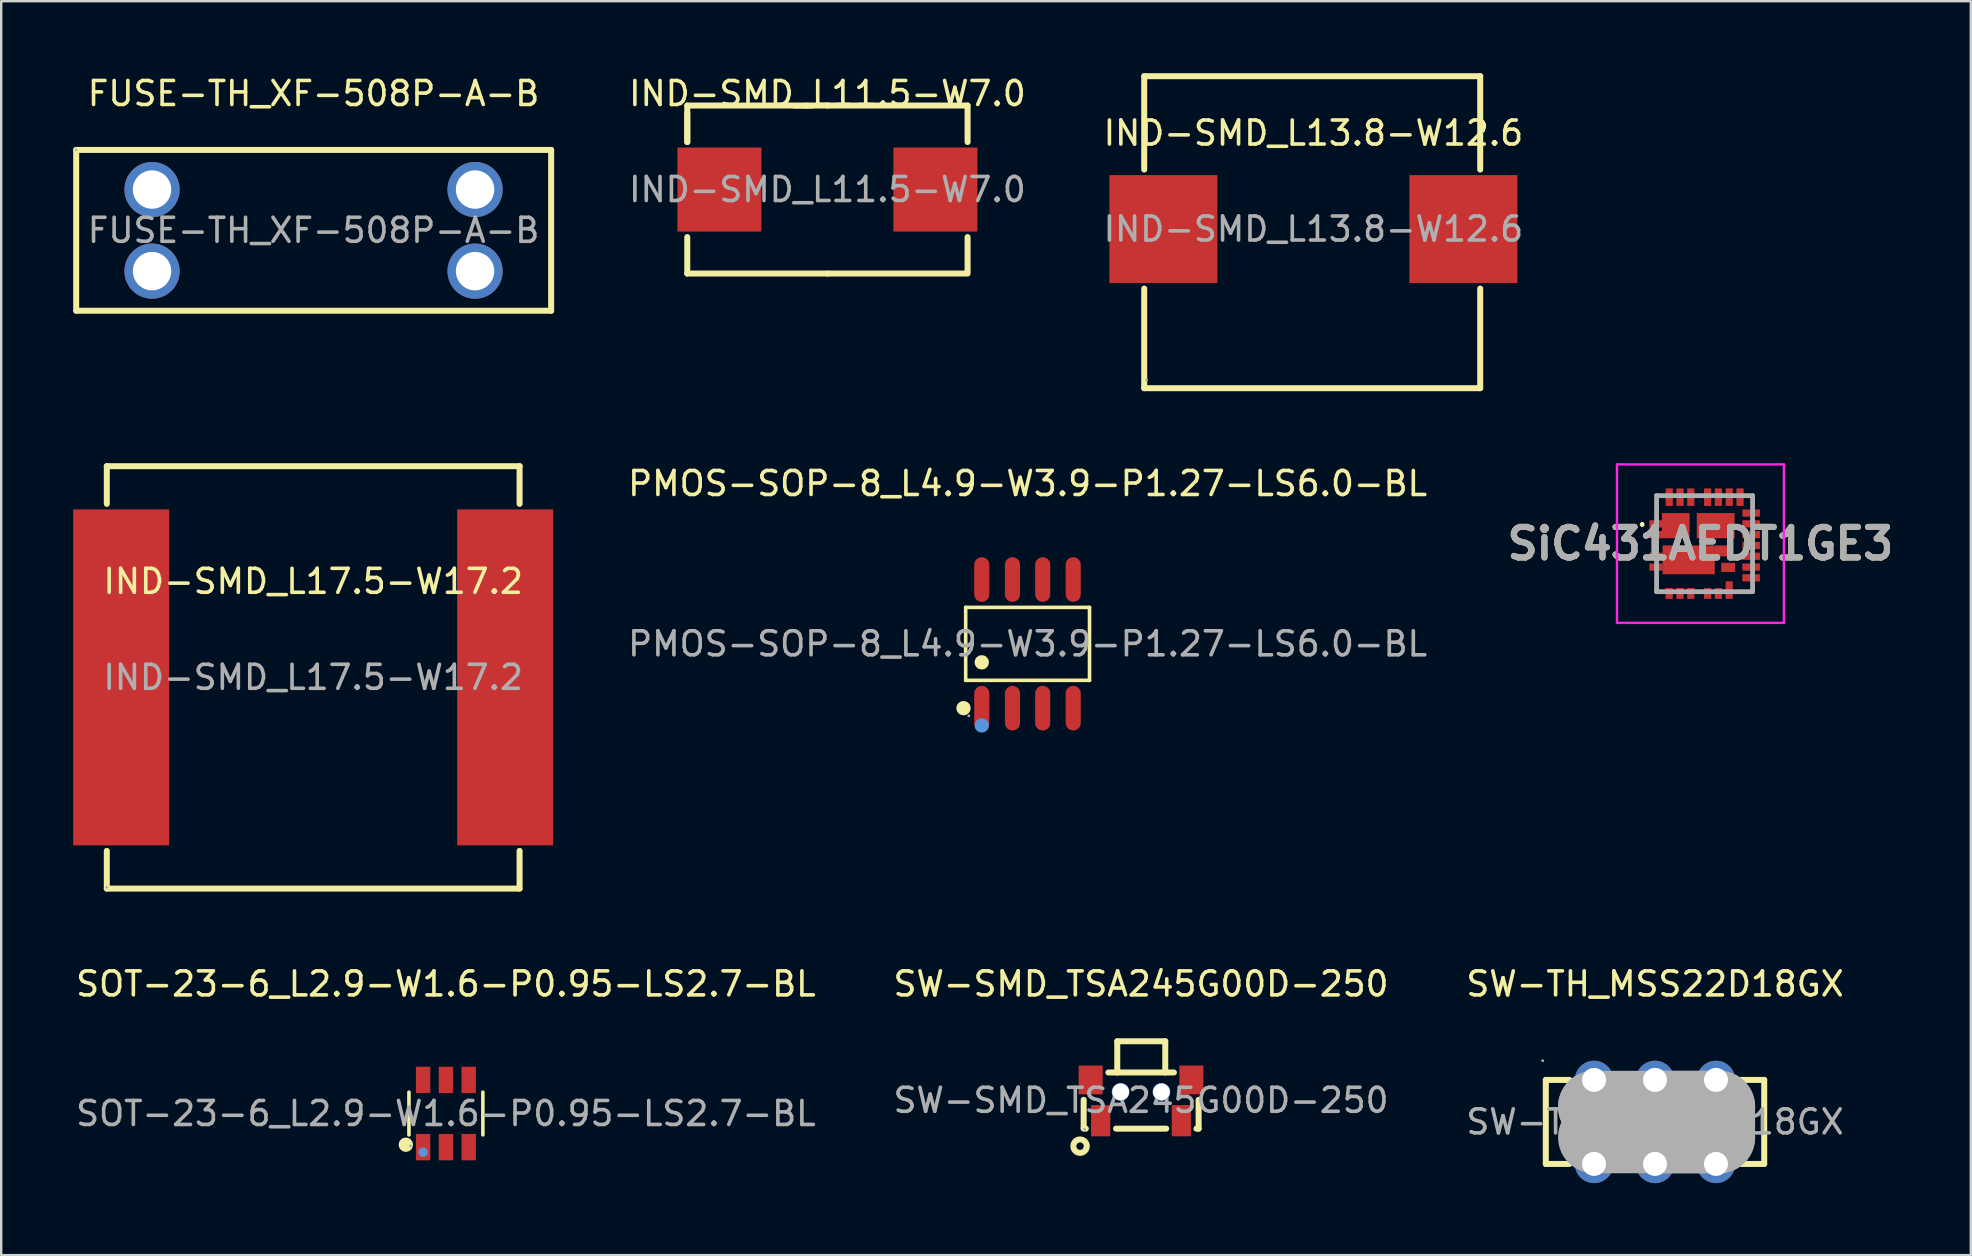
<source format=kicad_pcb>
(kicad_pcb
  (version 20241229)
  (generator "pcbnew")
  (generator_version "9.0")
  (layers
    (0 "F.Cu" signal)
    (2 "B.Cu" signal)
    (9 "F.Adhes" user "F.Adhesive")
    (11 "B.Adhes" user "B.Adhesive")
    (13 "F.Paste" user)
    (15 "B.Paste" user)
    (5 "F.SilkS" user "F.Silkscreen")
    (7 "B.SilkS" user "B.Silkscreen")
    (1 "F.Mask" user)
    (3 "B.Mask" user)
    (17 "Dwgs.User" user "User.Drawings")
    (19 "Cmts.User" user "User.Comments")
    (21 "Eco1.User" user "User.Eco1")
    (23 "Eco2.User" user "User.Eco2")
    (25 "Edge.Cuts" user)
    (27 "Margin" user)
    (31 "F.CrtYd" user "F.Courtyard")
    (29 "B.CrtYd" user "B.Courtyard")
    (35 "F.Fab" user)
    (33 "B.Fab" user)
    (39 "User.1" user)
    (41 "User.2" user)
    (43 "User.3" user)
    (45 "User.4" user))
  (footprint "SW-SMD_TSA245G00D-250"
    (layer "F.Cu")
    (at 44.494 42.798)
    (property "Reference" "SW-SMD_TSA245G00D-250" (at 0 -4.85 0) (layer "F.SilkS") (effects (font (size 1 1) (thickness 0.15))))
    (attr smd)
    (fp_line (start -2.39 1.15) (end -2.39 -0.02) (stroke (width 0.25) (type solid)) (layer "F.SilkS"))
    (fp_line (start -2.39 1.18) (end -2.3 1.18) (stroke (width 0.25) (type solid)) (layer "F.SilkS"))
    (fp_line (start -1.04 1.18) (end 1.05 1.18) (stroke (width 0.25) (type solid)) (layer "F.SilkS"))
    (fp_line (start -0.99 -2.46) (end -0.99 -1.16) (stroke (width 0.25) (type solid)) (layer "F.SilkS"))
    (fp_line (start -0.99 -2.46) (end 1.01 -2.46) (stroke (width 0.25) (type solid)) (layer "F.SilkS"))
    (fp_line (start 1.01 -2.46) (end 1.01 -1.16) (stroke (width 0.25) (type solid)) (layer "F.SilkS"))
    (fp_line (start 1.37 -1.16) (end -1.36 -1.16) (stroke (width 0.25) (type solid)) (layer "F.SilkS"))
    (fp_line (start 2.4 1.18) (end 2.31 1.18) (stroke (width 0.25) (type solid)) (layer "F.SilkS"))
    (fp_line (start 2.4 1.18) (end 2.4 -0.02) (stroke (width 0.25) (type solid)) (layer "F.SilkS"))
    (fp_circle (center -2.54 1.91) (end -2.26 1.91) (stroke (width 0.25) (type solid)) (fill no) (layer "F.SilkS"))
    (fp_circle (center -0.85 -0.35) (end -0.73 -0.35) (stroke (width 0.25) (type solid)) (fill no) (layer "Cmts.User"))
    (fp_circle (center 0.85 -0.35) (end 0.97 -0.35) (stroke (width 0.25) (type solid)) (fill no) (layer "Cmts.User"))
    (fp_circle (center -2.35 1.21) (end -2.32 1.21) (stroke (width 0.06) (type solid)) (fill no) (layer "F.Fab"))
    (fp_text user "${REFERENCE}" (at 0 0 0) (layer "F.Fab") (effects (font (size 1 1) (thickness 0.15))))
    (pad "" thru_hole circle (at -0.85 -0.35) (size 0.7 0.7) (drill 0.7) (layers "*.Cu" "*.Mask"))
    (pad "" thru_hole circle (at 0.85 -0.35) (size 0.7 0.7) (drill 0.7) (layers "*.Cu" "*.Mask"))
    (pad "1" smd rect (at -1.68 0.85 180) (size 0.8 1.3) (layers "F.Cu" "F.Mask" "F.Paste"))
    (pad "2" smd rect (at 1.68 0.85 180) (size 0.8 1.3) (layers "F.Cu" "F.Mask" "F.Paste"))
    (pad "3" smd rect (at 2.1 -0.85 180) (size 1 1.2) (layers "F.Cu" "F.Mask" "F.Paste"))
    (pad "4" smd rect (at -2.1 -0.85 180) (size 1 1.2) (layers "F.Cu" "F.Mask" "F.Paste")))
  (footprint "IND-SMD_L13.8-W12.6"
    (layer "F.Cu")
    (at 51.677 6.495)
    (property "Reference" "IND-SMD_L13.8-W12.6" (at 0 -4 0) (layer "F.SilkS") (effects (font (size 1 1) (thickness 0.15))))
    (attr smd)
    (fp_line (start -7.05 -6.37) (end -7.05 -2.48) (stroke (width 0.25) (type solid)) (layer "F.SilkS"))
    (fp_line (start -7.05 -6.37) (end 6.95 -6.37) (stroke (width 0.25) (type solid)) (layer "F.SilkS"))
    (fp_line (start -7.05 2.48) (end -7.05 6.63) (stroke (width 0.25) (type solid)) (layer "F.SilkS"))
    (fp_line (start 6.95 -6.37) (end 6.95 -2.48) (stroke (width 0.25) (type solid)) (layer "F.SilkS"))
    (fp_line (start 6.95 2.48) (end 6.95 6.63) (stroke (width 0.25) (type solid)) (layer "F.SilkS"))
    (fp_line (start 6.95 6.63) (end -7.05 6.63) (stroke (width 0.25) (type solid)) (layer "F.SilkS"))
    (fp_circle (center -6.95 6.3) (end -6.92 6.3) (stroke (width 0.06) (type solid)) (fill no) (layer "F.Fab"))
    (fp_text user "${REFERENCE}" (at 0 0 0) (layer "F.Fab") (effects (font (size 1 1) (thickness 0.15))))
    (pad "1" smd rect (at -6.25 0) (size 4.5 4.5) (layers "F.Cu" "F.Mask" "F.Paste"))
    (pad "2" smd rect (at 6.25 0) (size 4.5 4.5) (layers "F.Cu" "F.Mask" "F.Paste")))
  (footprint "SiC431AEDT1GE3"
    (layer "F.Cu")
    (at 66.776 18.853)
    (property "Reference" "SiC431AEDT1GE3" (at 1.027 0.749 0) (layer "F.SilkS") (effects (font (size 1.27 1.27) (thickness 0.254))))
    (attr smd)
    (fp_line (start -1.4 -0.1) (end -1.4 -0.1) (stroke (width 0.1) (type solid)) (layer "F.SilkS"))
    (fp_line (start -1.4 0) (end -1.4 0) (stroke (width 0.1) (type solid)) (layer "F.SilkS"))
    (fp_line (start -0.8 -1.25) (end -0.8 -0.6) (stroke (width 0.1) (type solid)) (layer "F.SilkS"))
    (fp_line (start -0.8 2.1) (end -0.8 2.75) (stroke (width 0.1) (type solid)) (layer "F.SilkS"))
    (fp_line (start -0.6 -1.25) (end -0.8 -1.25) (stroke (width 0.1) (type solid)) (layer "F.SilkS"))
    (fp_line (start 2.7 2.75) (end 3.2 2.75) (stroke (width 0.1) (type solid)) (layer "F.SilkS"))
    (fp_line (start 3 -1.25) (end 3.2 -1.25) (stroke (width 0.1) (type solid)) (layer "F.SilkS"))
    (fp_line (start 3.2 -1.25) (end 3.2 -0.9) (stroke (width 0.1) (type solid)) (layer "F.SilkS"))
    (fp_arc (start -1.4 -0.1) (mid -1.35 -0.05) (end -1.4 0) (stroke (width 0.1) (type solid)) (layer "F.SilkS"))
    (fp_arc (start -1.4 0) (mid -1.45 -0.05) (end -1.4 -0.1) (stroke (width 0.1) (type solid)) (layer "F.SilkS"))
    (fp_line (start -2.45 -2.553) (end 4.505 -2.553) (stroke (width 0.1) (type solid)) (layer "F.CrtYd"))
    (fp_line (start -2.45 4.05) (end -2.45 -2.553) (stroke (width 0.1) (type solid)) (layer "F.CrtYd"))
    (fp_line (start 4.505 -2.553) (end 4.505 4.05) (stroke (width 0.1) (type solid)) (layer "F.CrtYd"))
    (fp_line (start 4.505 4.05) (end -2.45 4.05) (stroke (width 0.1) (type solid)) (layer "F.CrtYd"))
    (fp_line (start -0.8 -1.25) (end 3.2 -1.25) (stroke (width 0.2) (type solid)) (layer "F.Fab"))
    (fp_line (start -0.8 2.75) (end -0.8 -1.25) (stroke (width 0.2) (type solid)) (layer "F.Fab"))
    (fp_line (start 3.2 -1.25) (end 3.2 2.75) (stroke (width 0.2) (type solid)) (layer "F.Fab"))
    (fp_line (start 3.2 2.75) (end -0.8 2.75) (stroke (width 0.2) (type solid)) (layer "F.Fab"))
    (fp_text user "${REFERENCE}" (at 1.027 0.749 0) (layer "F.Fab") (effects (font (size 1.27 1.27) (thickness 0.254))))
    (pad "1" smd rect (at -0.825 -0.075 90) (size 0.3 0.55) (layers "F.Cu" "F.Mask" "F.Paste"))
    (pad "2" smd rect (at -0.825 0.375 90) (size 0.3 0.55) (layers "F.Cu" "F.Mask" "F.Paste"))
    (pad "3" smd rect (at -0.825 1.275 90) (size 0.3 0.55) (layers "F.Cu" "F.Mask" "F.Paste"))
    (pad "4" smd rect (at -0.825 1.725 90) (size 0.3 0.55) (layers "F.Cu" "F.Mask" "F.Paste"))
    (pad "5" smd rect (at -0.275 2.825) (size 0.3 0.45) (layers "F.Cu" "F.Mask" "F.Paste"))
    (pad "6" smd rect (at 0.175 2.825) (size 0.3 0.45) (layers "F.Cu" "F.Mask" "F.Paste"))
    (pad "7" smd rect (at 0.625 2.825) (size 0.3 0.45) (layers "F.Cu" "F.Mask" "F.Paste"))
    (pad "8" smd rect (at 1.325 2.825) (size 0.3 0.45) (layers "F.Cu" "F.Mask" "F.Paste"))
    (pad "9" smd rect (at 1.775 2.825) (size 0.3 0.45) (layers "F.Cu" "F.Mask" "F.Paste"))
    (pad "10" smd rect (at 2.225 2.685) (size 0.3 0.73) (layers "F.Cu" "F.Mask" "F.Paste"))
    (pad "11" smd rect (at 3.14 2.175 90) (size 0.3 0.73) (layers "F.Cu" "F.Mask" "F.Paste"))
    (pad "12" smd rect (at 3.14 1.725 90) (size 0.3 0.73) (layers "F.Cu" "F.Mask" "F.Paste"))
    (pad "13" smd rect (at 3.14 1.275 90) (size 0.3 0.73) (layers "F.Cu" "F.Mask" "F.Paste"))
    (pad "14" smd rect (at 3.14 0.825 90) (size 0.3 0.73) (layers "F.Cu" "F.Mask" "F.Paste"))
    (pad "15" smd rect (at 3.14 0.375 90) (size 0.3 0.73) (layers "F.Cu" "F.Mask" "F.Paste"))
    (pad "16" smd rect (at 3.14 -0.075 90) (size 0.3 0.73) (layers "F.Cu" "F.Mask" "F.Paste"))
    (pad "17" smd rect (at 3.14 -0.525 90) (size 0.3 0.73) (layers "F.Cu" "F.Mask" "F.Paste"))
    (pad "18" smd rect (at 2.678 -1.187) (size 0.3 0.73) (layers "F.Cu" "F.Mask" "F.Paste"))
    (pad "19" smd rect (at 2.228 -1.187) (size 0.3 0.73) (layers "F.Cu" "F.Mask" "F.Paste"))
    (pad "20" smd rect (at 1.777 -1.187) (size 0.3 0.73) (layers "F.Cu" "F.Mask" "F.Paste"))
    (pad "21" smd rect (at 1.328 -1.187) (size 0.3 0.73) (layers "F.Cu" "F.Mask" "F.Paste"))
    (pad "22" smd rect (at 0.627 -1.187) (size 0.3 0.73) (layers "F.Cu" "F.Mask" "F.Paste"))
    (pad "23" smd rect (at 0.177 -1.187) (size 0.3 0.73) (layers "F.Cu" "F.Mask" "F.Paste"))
    (pad "24" smd rect (at -0.273 -1.187) (size 0.3 0.73) (layers "F.Cu" "F.Mask" "F.Paste"))
    (pad "25" smd rect (at 1.662 0 90) (size 1.05 1.575) (layers "F.Cu" "F.Mask" "F.Paste"))
    (pad "26" smd rect (at 0 0 90) (size 1.05 1.15) (layers "F.Cu" "F.Mask" "F.Paste"))
    (pad "27" smd rect (at 0.537 1.425 90) (size 1.2 2.175) (layers "F.Cu" "F.Mask" "F.Paste"))
    (pad "27" smd rect (at 1.95 1.052 90) (size 0.455 0.65) (layers "F.Cu" "F.Mask" "F.Paste"))
    (pad "28" smd rect (at 2.185 1.74 90) (size 0.38 0.58) (layers "F.Cu" "F.Mask" "F.Paste")))
  (footprint "IND-SMD_L11.5-W7.0"
    (layer "F.Cu")
    (at 31.427 4.848)
    (property "Reference" "IND-SMD_L11.5-W7.0" (at 0 -4 0) (layer "F.SilkS") (effects (font (size 1 1) (thickness 0.15))))
    (attr through_hole)
    (fp_line (start -5.84 -3.5) (end -5.84 -1.98) (stroke (width 0.25) (type solid)) (layer "F.SilkS"))
    (fp_line (start -5.84 -1.98) (end -5.84 -3.18) (stroke (width 0.25) (type solid)) (layer "F.SilkS"))
    (fp_line (start -5.84 3.5) (end -5.84 1.98) (stroke (width 0.25) (type solid)) (layer "F.SilkS"))
    (fp_line (start -0.89 -3.5) (end -5.84 -3.5) (stroke (width 0.25) (type solid)) (layer "F.SilkS"))
    (fp_line (start 0 -3.5) (end -0.89 -3.5) (stroke (width 0.25) (type solid)) (layer "F.SilkS"))
    (fp_line (start 0 -3.5) (end 5.84 -3.5) (stroke (width 0.25) (type solid)) (layer "F.SilkS"))
    (fp_line (start 0 3.5) (end -5.84 3.5) (stroke (width 0.25) (type solid)) (layer "F.SilkS"))
    (fp_line (start 0 3.5) (end 5.84 3.5) (stroke (width 0.25) (type solid)) (layer "F.SilkS"))
    (fp_line (start 5.84 -3.5) (end 5.84 -1.98) (stroke (width 0.25) (type solid)) (layer "F.SilkS"))
    (fp_line (start 5.84 1.98) (end 5.84 3.43) (stroke (width 0.25) (type solid)) (layer "F.SilkS"))
    (fp_text user "${REFERENCE}" (at 0 0 0) (layer "F.Fab") (effects (font (size 1 1) (thickness 0.15))))
    (pad "1" smd rect (at -4.5 0) (size 3.5 3.5) (layers "F.Cu" "F.Mask" "F.Paste"))
    (pad "2" smd rect (at 4.5 0) (size 3.5 3.5) (layers "F.Cu" "F.Mask" "F.Paste")))
  (footprint "PMOS-SOP-8_L4.9-W3.9-P1.27-LS6.0-BL"
    (layer "F.Cu")
    (at 39.768 23.778)
    (property "Reference" "PMOS-SOP-8_L4.9-W3.9-P1.27-LS6.0-BL" (at 0 -6.68 0) (layer "F.SilkS") (effects (font (size 1 1) (thickness 0.15))))
    (attr smd)
    (fp_line (start -2.58 -1.52) (end 2.58 -1.52) (stroke (width 0.15) (type solid)) (layer "F.SilkS"))
    (fp_line (start -2.58 1.52) (end -2.58 -1.52) (stroke (width 0.15) (type solid)) (layer "F.SilkS"))
    (fp_line (start 2.58 -1.52) (end 2.58 1.52) (stroke (width 0.15) (type solid)) (layer "F.SilkS"))
    (fp_line (start 2.58 1.52) (end -2.58 1.52) (stroke (width 0.15) (type solid)) (layer "F.SilkS"))
    (fp_circle (center -2.67 2.68) (end -2.52 2.68) (stroke (width 0.3) (type solid)) (fill no) (layer "F.SilkS"))
    (fp_circle (center -1.91 0.77) (end -1.76 0.77) (stroke (width 0.3) (type solid)) (fill no) (layer "F.SilkS"))
    (fp_circle (center -1.91 3.4) (end -1.76 3.4) (stroke (width 0.3) (type solid)) (fill no) (layer "Cmts.User"))
    (fp_circle (center -2.45 3) (end -2.42 3) (stroke (width 0.06) (type solid)) (fill no) (layer "F.Fab"))
    (fp_text user "${REFERENCE}" (at 0 0 0) (layer "F.Fab") (effects (font (size 1 1) (thickness 0.15))))
    (pad "1" smd oval (at -1.91 -2.68) (size 0.63 1.86) (layers "F.Cu" "F.Mask" "F.Paste"))
    (pad "1" smd oval (at -0.63 -2.68) (size 0.63 1.86) (layers "F.Cu" "F.Mask" "F.Paste"))
    (pad "1" smd oval (at 0.63 -2.68) (size 0.63 1.86) (layers "F.Cu" "F.Mask" "F.Paste"))
    (pad "1" smd oval (at 1.9 -2.68) (size 0.63 1.86) (layers "F.Cu" "F.Mask" "F.Paste"))
    (pad "2" smd oval (at 1.9 2.68) (size 0.63 1.86) (layers "F.Cu" "F.Mask" "F.Paste"))
    (pad "3" smd oval (at -1.91 2.68) (size 0.63 1.86) (layers "F.Cu" "F.Mask" "F.Paste"))
    (pad "3" smd oval (at -0.63 2.68) (size 0.63 1.86) (layers "F.Cu" "F.Mask" "F.Paste"))
    (pad "3" smd oval (at 0.63 2.68) (size 0.63 1.86) (layers "F.Cu" "F.Mask" "F.Paste")))
  (footprint "FUSE-TH_XF-508P-A-B"
    (layer "F.Cu")
    (at 10.015 6.548)
    (property "Reference" "FUSE-TH_XF-508P-A-B" (at 0 -5.7 0) (layer "F.SilkS") (effects (font (size 1 1) (thickness 0.15))))
    (attr through_hole)
    (fp_line (start -9.89 -3.35) (end -9.89 3.35) (stroke (width 0.25) (type solid)) (layer "F.SilkS"))
    (fp_line (start -9.89 3.35) (end 9.9 3.35) (stroke (width 0.25) (type solid)) (layer "F.SilkS"))
    (fp_line (start 9.9 -3.35) (end -9.89 -3.35) (stroke (width 0.25) (type solid)) (layer "F.SilkS"))
    (fp_line (start 9.9 3.35) (end 9.9 -3.35) (stroke (width 0.25) (type solid)) (layer "F.SilkS"))
    (fp_circle (center -9.9 -3.35) (end -9.87 -3.35) (stroke (width 0.06) (type solid)) (fill no) (layer "F.Fab"))
    (fp_text user "${REFERENCE}" (at 0 0 0) (layer "F.Fab") (effects (font (size 1 1) (thickness 0.15))))
    (pad "1" thru_hole circle (at -6.73 -1.7) (size 2.3 2.3) (drill 1.6) (layers "*.Cu" "*.Mask"))
    (pad "1" thru_hole circle (at -6.73 1.7) (size 2.3 2.3) (drill 1.6) (layers "*.Cu" "*.Mask"))
    (pad "2" thru_hole circle (at 6.73 -1.7) (size 2.3 2.3) (drill 1.6) (layers "*.Cu" "*.Mask"))
    (pad "2" thru_hole circle (at 6.73 1.7) (size 2.3 2.3) (drill 1.6) (layers "*.Cu" "*.Mask")))
  (footprint "SOT-23-6_L2.9-W1.6-P0.95-LS2.7-BL"
    (layer "F.Cu")
    (at 15.53 43.348)
    (property "Reference" "SOT-23-6_L2.9-W1.6-P0.95-LS2.7-BL" (at 0 -5.4 0) (layer "F.SilkS") (effects (font (size 1 1) (thickness 0.15))))
    (attr smd)
    (fp_line (start -1.54 0.89) (end -1.54 -0.89) (stroke (width 0.15) (type solid)) (layer "F.SilkS"))
    (fp_line (start 1.54 0.89) (end 1.54 -0.89) (stroke (width 0.15) (type solid)) (layer "F.SilkS"))
    (fp_circle (center -1.67 1.3) (end -1.52 1.3) (stroke (width 0.3) (type solid)) (fill no) (layer "F.SilkS"))
    (fp_circle (center -0.95 1.61) (end -0.85 1.61) (stroke (width 0.2) (type solid)) (fill no) (layer "Cmts.User"))
    (fp_circle (center -1.47 1.35) (end -1.44 1.35) (stroke (width 0.06) (type solid)) (fill no) (layer "F.Fab"))
    (fp_text user "${REFERENCE}" (at 0 0 0) (layer "F.Fab") (effects (font (size 1 1) (thickness 0.15))))
    (pad "1" smd rect (at -0.95 1.4) (size 0.6 1.1) (layers "F.Cu" "F.Mask" "F.Paste"))
    (pad "2" smd rect (at 0 1.4) (size 0.6 1.1) (layers "F.Cu" "F.Mask" "F.Paste"))
    (pad "3" smd rect (at 0.95 1.4) (size 0.6 1.1) (layers "F.Cu" "F.Mask" "F.Paste"))
    (pad "4" smd rect (at 0.95 -1.4) (size 0.6 1.1) (layers "F.Cu" "F.Mask" "F.Paste"))
    (pad "5" smd rect (at 0 -1.4) (size 0.6 1.1) (layers "F.Cu" "F.Mask" "F.Paste"))
    (pad "6" smd rect (at -0.95 -1.4) (size 0.6 1.1) (layers "F.Cu" "F.Mask" "F.Paste")))
  (footprint "IND-SMD_L17.5-W17.2"
    (layer "F.Cu")
    (at 10 25.175)
    (property "Reference" "IND-SMD_L17.5-W17.2" (at 0 -4 0) (layer "F.SilkS") (effects (font (size 1 1) (thickness 0.15))))
    (attr smd)
    (fp_line (start -8.6 -8.8) (end -8.6 -7.23) (stroke (width 0.25) (type solid)) (layer "F.SilkS"))
    (fp_line (start -8.6 -8.8) (end 8.6 -8.8) (stroke (width 0.25) (type solid)) (layer "F.SilkS"))
    (fp_line (start -8.6 7.23) (end -8.6 8.8) (stroke (width 0.25) (type solid)) (layer "F.SilkS"))
    (fp_line (start -8.6 8.8) (end 8.6 8.8) (stroke (width 0.25) (type solid)) (layer "F.SilkS"))
    (fp_line (start 8.6 -8.8) (end 8.6 -7.23) (stroke (width 0.25) (type solid)) (layer "F.SilkS"))
    (fp_line (start 8.6 7.23) (end 8.6 8.8) (stroke (width 0.25) (type solid)) (layer "F.SilkS"))
    (fp_circle (center -8.6 8.75) (end -8.57 8.75) (stroke (width 0.06) (type solid)) (fill no) (layer "F.Fab"))
    (fp_text user "${REFERENCE}" (at 0 0 0) (layer "F.Fab") (effects (font (size 1 1) (thickness 0.15))))
    (pad "1" smd rect (at -8 0) (size 4 14) (layers "F.Cu" "F.Mask" "F.Paste"))
    (pad "2" smd rect (at 8 0) (size 4 14) (layers "F.Cu" "F.Mask" "F.Paste")))
  (footprint "SW-TH_MSS22D18GX"
    (layer "F.Cu")
    (at 65.911 43.698)
    (property "Reference" "SW-TH_MSS22D18GX" (at 0 -5.75 0) (layer "F.SilkS") (effects (font (size 1 1) (thickness 0.15))))
    (attr through_hole)
    (fp_line (start -4.55 -1.75) (end -4.55 1.75) (stroke (width 0.25) (type solid)) (layer "F.SilkS"))
    (fp_line (start -4.55 -1.75) (end -3.57 -1.75) (stroke (width 0.25) (type solid)) (layer "F.SilkS"))
    (fp_line (start -4.55 1.75) (end -3.57 1.75) (stroke (width 0.25) (type solid)) (layer "F.SilkS"))
    (fp_line (start -1.51 -1.75) (end -1.03 -1.75) (stroke (width 0.25) (type solid)) (layer "F.SilkS"))
    (fp_line (start -1.51 1.75) (end -1.03 1.75) (stroke (width 0.25) (type solid)) (layer "F.SilkS"))
    (fp_line (start 1.03 -1.75) (end 1.51 -1.75) (stroke (width 0.25) (type solid)) (layer "F.SilkS"))
    (fp_line (start 1.03 1.75) (end 1.51 1.75) (stroke (width 0.25) (type solid)) (layer "F.SilkS"))
    (fp_line (start 3.57 -1.75) (end 4.55 -1.75) (stroke (width 0.25) (type solid)) (layer "F.SilkS"))
    (fp_line (start 3.57 1.75) (end 4.55 1.75) (stroke (width 0.25) (type solid)) (layer "F.SilkS"))
    (fp_line (start 4.55 -1.75) (end 4.55 1.75) (stroke (width 0.25) (type solid)) (layer "F.SilkS"))
    (fp_line (start -2.54 -0.63) (end -2.54 -0.63) (stroke (width 3) (type solid)) (layer "F.Fab"))
    (fp_line (start -2.54 -0.63) (end 2.67 -0.63) (stroke (width 3) (type solid)) (layer "F.Fab"))
    (fp_line (start 0.38 -0.63) (end 0.38 -0.63) (stroke (width 3) (type solid)) (layer "F.Fab"))
    (fp_line (start 0.38 -0.63) (end 2.03 -0.63) (stroke (width 3) (type solid)) (layer "F.Fab"))
    (fp_line (start 2.03 -0.63) (end 2.03 0.64) (stroke (width 3) (type solid)) (layer "F.Fab"))
    (fp_line (start 2.03 0.64) (end 0.38 0.64) (stroke (width 3) (type solid)) (layer "F.Fab"))
    (fp_line (start 2.67 -0.63) (end 2.67 0.64) (stroke (width 3) (type solid)) (layer "F.Fab"))
    (fp_line (start 2.67 0.64) (end -2.54 0.64) (stroke (width 3) (type solid)) (layer "F.Fab"))
    (fp_circle (center -4.68 -2.55) (end -4.65 -2.55) (stroke (width 0.06) (type solid)) (fill no) (layer "F.Fab"))
    (fp_circle (center -2.54 -1.75) (end -2.34 -1.75) (stroke (width 0.4) (type solid)) (fill no) (layer "F.Fab"))
    (fp_circle (center -2.54 1.75) (end -2.34 1.75) (stroke (width 0.4) (type solid)) (fill no) (layer "F.Fab"))
    (fp_circle (center 0 -1.75) (end 0.2 -1.75) (stroke (width 0.4) (type solid)) (fill no) (layer "F.Fab"))
    (fp_circle (center 0 1.75) (end 0.2 1.75) (stroke (width 0.4) (type solid)) (fill no) (layer "F.Fab"))
    (fp_circle (center 2.54 -1.75) (end 2.74 -1.75) (stroke (width 0.4) (type solid)) (fill no) (layer "F.Fab"))
    (fp_circle (center 2.54 1.75) (end 2.74 1.75) (stroke (width 0.4) (type solid)) (fill no) (layer "F.Fab"))
    (fp_text user "${REFERENCE}" (at 0 0 0) (layer "F.Fab") (effects (font (size 1 1) (thickness 0.15))))
    (pad "1" thru_hole circle (at -2.54 -1.75) (size 1.6 1.6) (drill 1) (layers "*.Cu" "*.Mask"))
    (pad "2" thru_hole circle (at 0 -1.75) (size 1.6 1.6) (drill 1) (layers "*.Cu" "*.Mask"))
    (pad "3" thru_hole circle (at 2.54 -1.75) (size 1.6 1.6) (drill 1) (layers "*.Cu" "*.Mask"))
    (pad "4" thru_hole circle (at -2.54 1.75) (size 1.6 1.6) (drill 1) (layers "*.Cu" "*.Mask"))
    (pad "5" thru_hole circle (at 0 1.75) (size 1.6 1.6) (drill 1) (layers "*.Cu" "*.Mask"))
    (pad "6" thru_hole circle (at 2.54 1.75) (size 1.6 1.6) (drill 1) (layers "*.Cu" "*.Mask")))
  (gr_rect
    (start -3 -3)
    (end 79.07 49.248)
    (stroke (width 0.1) (type default))
    (fill no)
    (layer "Edge.Cuts")))
</source>
